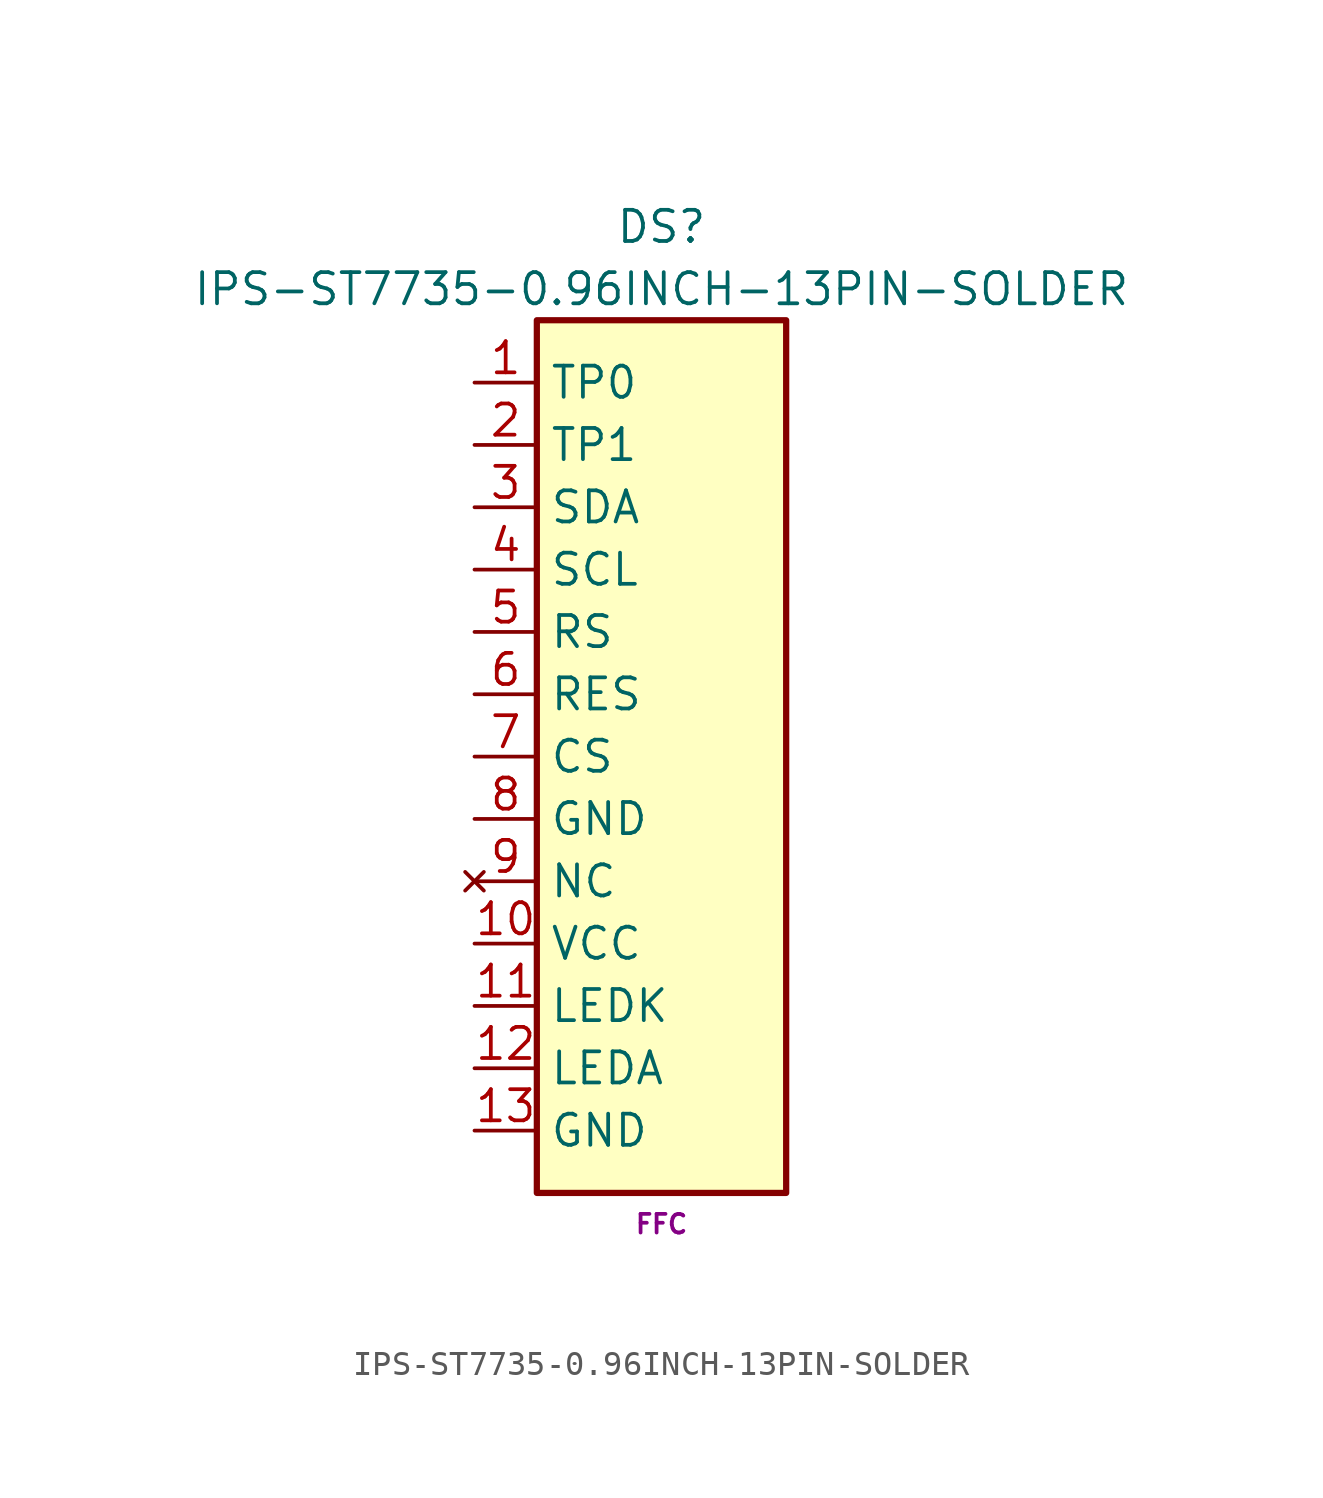
<source format=kicad_sym>
(kicad_symbol_lib
  (version 20220914)
  (generator kicad_symbol_editor)
  (symbol "IPS-ST7735-0.96INCH-13PIN-SOLDER"
    (property "Reference" "DS"
      (at 0 21.59 0)
      (effects (font (size 1.27 1.27))))
    (property "Value" "IPS-ST7735-0.96INCH-13PIN-SOLDER"
      (at 0 19.05 0)
      (effects (font (size 1.27 1.27))))
    (property "Package" "FFC"
      (at 0 -19.05 0)
      (effects (font (size 0.762 0.762))))
    (symbol "IPS-ST7735-0.96INCH-13PIN-SOLDER_0_1"
      (rectangle (start -5.08 17.78) (end 5.08 -17.78) (stroke (width 0.254) (type default)) (fill (type background))))
    (symbol "IPS-ST7735-0.96INCH-13PIN-SOLDER_1_1"
      (pin passive line (at -7.62 15.24 0) (length 2.54) (name "TP0" (effects (font (size 1.27 1.27)))) (number "1" (effects (font (size 1.27 1.27)))))
      (pin power_in line (at -7.62 -7.62 0) (length 2.54) (name "VCC" (effects (font (size 1.27 1.27)))) (number "10" (effects (font (size 1.27 1.27)))))
      (pin power_in line (at -7.62 -10.16 0) (length 2.54) (name "LEDK" (effects (font (size 1.27 1.27)))) (number "11" (effects (font (size 1.27 1.27)))))
      (pin power_in line (at -7.62 -12.7 0) (length 2.54) (name "LEDA" (effects (font (size 1.27 1.27)))) (number "12" (effects (font (size 1.27 1.27)))))
      (pin power_in line (at -7.62 -15.24 0) (length 2.54) (name "GND" (effects (font (size 1.27 1.27)))) (number "13" (effects (font (size 1.27 1.27)))))
      (pin passive line (at -7.62 12.7 0) (length 2.54) (name "TP1" (effects (font (size 1.27 1.27)))) (number "2" (effects (font (size 1.27 1.27)))))
      (pin bidirectional line (at -7.62 10.16 0) (length 2.54) (name "SDA" (effects (font (size 1.27 1.27)))) (number "3" (effects (font (size 1.27 1.27)))))
      (pin bidirectional line (at -7.62 7.62 0) (length 2.54) (name "SCL" (effects (font (size 1.27 1.27)))) (number "4" (effects (font (size 1.27 1.27)))))
      (pin input line (at -7.62 5.08 0) (length 2.54) (name "RS" (effects (font (size 1.27 1.27)))) (number "5" (effects (font (size 1.27 1.27)))))
      (pin power_in line (at -7.62 2.54 0) (length 2.54) (name "RES" (effects (font (size 1.27 1.27)))) (number "6" (effects (font (size 1.27 1.27)))))
      (pin input line (at -7.62 0 0) (length 2.54) (name "CS" (effects (font (size 1.27 1.27)))) (number "7" (effects (font (size 1.27 1.27)))))
      (pin power_in line (at -7.62 -2.54 0) (length 2.54) (name "GND" (effects (font (size 1.27 1.27)))) (number "8" (effects (font (size 1.27 1.27)))))
      (pin no_connect line (at -7.62 -5.08 0) (length 2.54) (name "NC" (effects (font (size 1.27 1.27)))) (number "9" (effects (font (size 1.27 1.27))))))))
</source>
